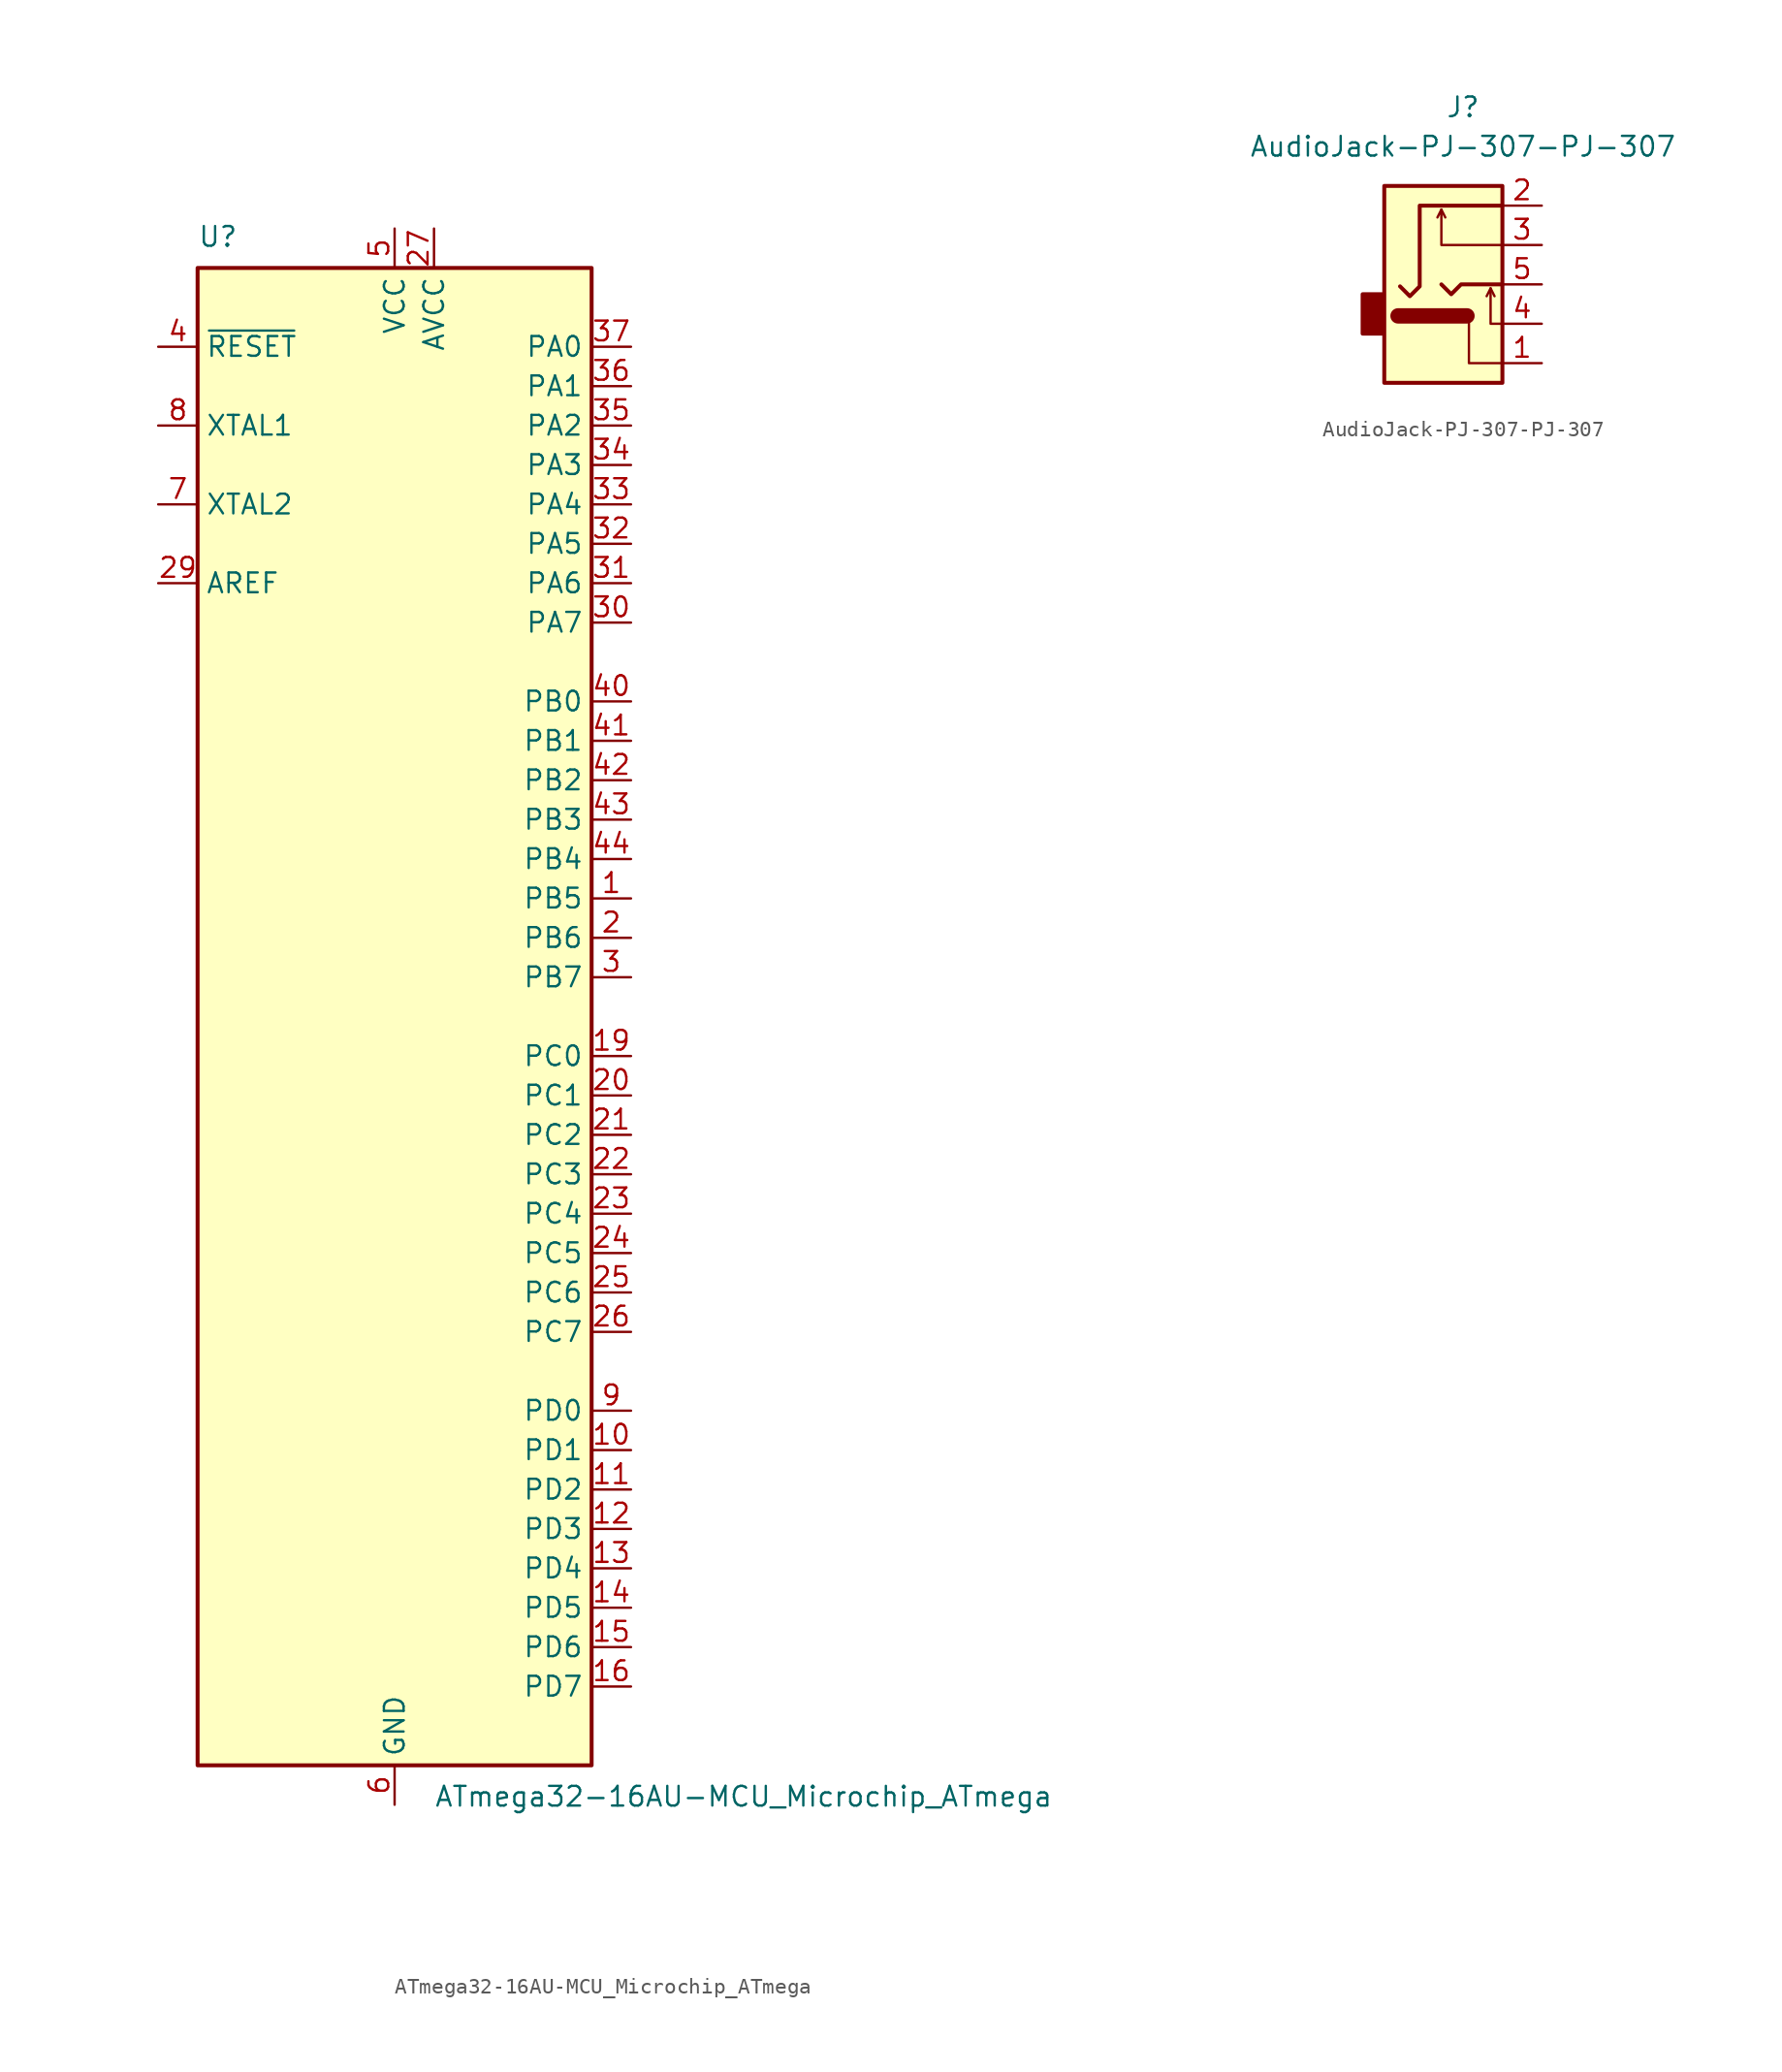
<source format=kicad_sym>
(kicad_symbol_lib
  (version 20211014)
  (generator kicad_symbol_editor)
  (symbol "ATmega32-16AU-MCU_Microchip_ATmega"
    (property "Reference" "U"
      (at -12.7 49.53 0)
      (effects (font (size 1.27 1.27)) (justify left bottom)))
    (property "Value" "ATmega32-16AU-MCU_Microchip_ATmega"
      (at 2.54 -49.53 0)
      (effects (font (size 1.27 1.27)) (justify left top)))
    (symbol "ATmega32-16AU-MCU_Microchip_ATmega_0_1"
      (rectangle (start -12.7 -48.26) (end 12.7 48.26) (stroke (width 0.254) (type default) (color 0 0 0 0)) (fill (type background))))
    (symbol "ATmega32-16AU-MCU_Microchip_ATmega_1_1"
      (pin tri_state line (at 15.24 7.62 180) (length 2.54) (name "PB5" (effects (font (size 1.27 1.27)))) (number "1" (effects (font (size 1.27 1.27)))))
      (pin tri_state line (at 15.24 -27.94 180) (length 2.54) (name "PD1" (effects (font (size 1.27 1.27)))) (number "10" (effects (font (size 1.27 1.27)))))
      (pin tri_state line (at 15.24 -30.48 180) (length 2.54) (name "PD2" (effects (font (size 1.27 1.27)))) (number "11" (effects (font (size 1.27 1.27)))))
      (pin tri_state line (at 15.24 -33.02 180) (length 2.54) (name "PD3" (effects (font (size 1.27 1.27)))) (number "12" (effects (font (size 1.27 1.27)))))
      (pin tri_state line (at 15.24 -35.56 180) (length 2.54) (name "PD4" (effects (font (size 1.27 1.27)))) (number "13" (effects (font (size 1.27 1.27)))))
      (pin tri_state line (at 15.24 -38.1 180) (length 2.54) (name "PD5" (effects (font (size 1.27 1.27)))) (number "14" (effects (font (size 1.27 1.27)))))
      (pin tri_state line (at 15.24 -40.64 180) (length 2.54) (name "PD6" (effects (font (size 1.27 1.27)))) (number "15" (effects (font (size 1.27 1.27)))))
      (pin tri_state line (at 15.24 -43.18 180) (length 2.54) (name "PD7" (effects (font (size 1.27 1.27)))) (number "16" (effects (font (size 1.27 1.27)))))
      (pin passive line (at 0 50.8 270) (length 2.54) hide (name "VCC" (effects (font (size 1.27 1.27)))) (number "17" (effects (font (size 1.27 1.27)))))
      (pin passive line (at 0 -50.8 90) (length 2.54) hide (name "GND" (effects (font (size 1.27 1.27)))) (number "18" (effects (font (size 1.27 1.27)))))
      (pin tri_state line (at 15.24 -2.54 180) (length 2.54) (name "PC0" (effects (font (size 1.27 1.27)))) (number "19" (effects (font (size 1.27 1.27)))))
      (pin tri_state line (at 15.24 5.08 180) (length 2.54) (name "PB6" (effects (font (size 1.27 1.27)))) (number "2" (effects (font (size 1.27 1.27)))))
      (pin tri_state line (at 15.24 -5.08 180) (length 2.54) (name "PC1" (effects (font (size 1.27 1.27)))) (number "20" (effects (font (size 1.27 1.27)))))
      (pin tri_state line (at 15.24 -7.62 180) (length 2.54) (name "PC2" (effects (font (size 1.27 1.27)))) (number "21" (effects (font (size 1.27 1.27)))))
      (pin tri_state line (at 15.24 -10.16 180) (length 2.54) (name "PC3" (effects (font (size 1.27 1.27)))) (number "22" (effects (font (size 1.27 1.27)))))
      (pin tri_state line (at 15.24 -12.7 180) (length 2.54) (name "PC4" (effects (font (size 1.27 1.27)))) (number "23" (effects (font (size 1.27 1.27)))))
      (pin tri_state line (at 15.24 -15.24 180) (length 2.54) (name "PC5" (effects (font (size 1.27 1.27)))) (number "24" (effects (font (size 1.27 1.27)))))
      (pin tri_state line (at 15.24 -17.78 180) (length 2.54) (name "PC6" (effects (font (size 1.27 1.27)))) (number "25" (effects (font (size 1.27 1.27)))))
      (pin tri_state line (at 15.24 -20.32 180) (length 2.54) (name "PC7" (effects (font (size 1.27 1.27)))) (number "26" (effects (font (size 1.27 1.27)))))
      (pin power_in line (at 2.54 50.8 270) (length 2.54) (name "AVCC" (effects (font (size 1.27 1.27)))) (number "27" (effects (font (size 1.27 1.27)))))
      (pin passive line (at 0 -50.8 90) (length 2.54) hide (name "GND" (effects (font (size 1.27 1.27)))) (number "28" (effects (font (size 1.27 1.27)))))
      (pin passive line (at -15.24 27.94 0) (length 2.54) (name "AREF" (effects (font (size 1.27 1.27)))) (number "29" (effects (font (size 1.27 1.27)))))
      (pin tri_state line (at 15.24 2.54 180) (length 2.54) (name "PB7" (effects (font (size 1.27 1.27)))) (number "3" (effects (font (size 1.27 1.27)))))
      (pin tri_state line (at 15.24 25.4 180) (length 2.54) (name "PA7" (effects (font (size 1.27 1.27)))) (number "30" (effects (font (size 1.27 1.27)))))
      (pin tri_state line (at 15.24 27.94 180) (length 2.54) (name "PA6" (effects (font (size 1.27 1.27)))) (number "31" (effects (font (size 1.27 1.27)))))
      (pin tri_state line (at 15.24 30.48 180) (length 2.54) (name "PA5" (effects (font (size 1.27 1.27)))) (number "32" (effects (font (size 1.27 1.27)))))
      (pin tri_state line (at 15.24 33.02 180) (length 2.54) (name "PA4" (effects (font (size 1.27 1.27)))) (number "33" (effects (font (size 1.27 1.27)))))
      (pin tri_state line (at 15.24 35.56 180) (length 2.54) (name "PA3" (effects (font (size 1.27 1.27)))) (number "34" (effects (font (size 1.27 1.27)))))
      (pin tri_state line (at 15.24 38.1 180) (length 2.54) (name "PA2" (effects (font (size 1.27 1.27)))) (number "35" (effects (font (size 1.27 1.27)))))
      (pin tri_state line (at 15.24 40.64 180) (length 2.54) (name "PA1" (effects (font (size 1.27 1.27)))) (number "36" (effects (font (size 1.27 1.27)))))
      (pin tri_state line (at 15.24 43.18 180) (length 2.54) (name "PA0" (effects (font (size 1.27 1.27)))) (number "37" (effects (font (size 1.27 1.27)))))
      (pin passive line (at 0 50.8 270) (length 2.54) hide (name "VCC" (effects (font (size 1.27 1.27)))) (number "38" (effects (font (size 1.27 1.27)))))
      (pin passive line (at 0 -50.8 90) (length 2.54) hide (name "GND" (effects (font (size 1.27 1.27)))) (number "39" (effects (font (size 1.27 1.27)))))
      (pin input line (at -15.24 43.18 0) (length 2.54) (name "~{RESET}" (effects (font (size 1.27 1.27)))) (number "4" (effects (font (size 1.27 1.27)))))
      (pin tri_state line (at 15.24 20.32 180) (length 2.54) (name "PB0" (effects (font (size 1.27 1.27)))) (number "40" (effects (font (size 1.27 1.27)))))
      (pin tri_state line (at 15.24 17.78 180) (length 2.54) (name "PB1" (effects (font (size 1.27 1.27)))) (number "41" (effects (font (size 1.27 1.27)))))
      (pin tri_state line (at 15.24 15.24 180) (length 2.54) (name "PB2" (effects (font (size 1.27 1.27)))) (number "42" (effects (font (size 1.27 1.27)))))
      (pin tri_state line (at 15.24 12.7 180) (length 2.54) (name "PB3" (effects (font (size 1.27 1.27)))) (number "43" (effects (font (size 1.27 1.27)))))
      (pin tri_state line (at 15.24 10.16 180) (length 2.54) (name "PB4" (effects (font (size 1.27 1.27)))) (number "44" (effects (font (size 1.27 1.27)))))
      (pin power_in line (at 0 50.8 270) (length 2.54) (name "VCC" (effects (font (size 1.27 1.27)))) (number "5" (effects (font (size 1.27 1.27)))))
      (pin power_in line (at 0 -50.8 90) (length 2.54) (name "GND" (effects (font (size 1.27 1.27)))) (number "6" (effects (font (size 1.27 1.27)))))
      (pin output line (at -15.24 33.02 0) (length 2.54) (name "XTAL2" (effects (font (size 1.27 1.27)))) (number "7" (effects (font (size 1.27 1.27)))))
      (pin input line (at -15.24 38.1 0) (length 2.54) (name "XTAL1" (effects (font (size 1.27 1.27)))) (number "8" (effects (font (size 1.27 1.27)))))
      (pin tri_state line (at 15.24 -25.4 180) (length 2.54) (name "PD0" (effects (font (size 1.27 1.27)))) (number "9" (effects (font (size 1.27 1.27)))))))
  (symbol "AudioJack-PJ-307-PJ-307"
    (property "Reference" "J"
      (at 5.08 5.08 0)
      (effects (font (size 1.27 1.27))))
    (property "Value" "AudioJack-PJ-307-PJ-307"
      (at 5.08 2.54 0)
      (effects (font (size 1.27 1.27))))
    (symbol "AudioJack-PJ-307-PJ-307_0_1"
      (rectangle (start -0.127 -6.985) (end -1.397 -9.525) (stroke (width 0.254) (type default) (color 0 0 0 0)) (fill (type outline)))
      (polyline (pts (xy 0.889 -8.382) (xy 5.334 -8.382)) (stroke (width 0.991) (type default) (color 0 0 0 0)) (fill (type none)))
      (polyline (pts (xy 3.683 -1.524) (xy 3.937 -2.032)) (stroke (width 0) (type default) (color 0 0 0 0)) (fill (type none)))
      (polyline (pts (xy 6.858 -6.604) (xy 7.112 -7.112)) (stroke (width 0) (type default) (color 0 0 0 0)) (fill (type none)))
      (polyline (pts (xy 5.461 -8.382) (xy 5.461 -11.43) (xy 7.62 -11.43)) (stroke (width 0) (type default) (color 0 0 0 0)) (fill (type none)))
      (polyline (pts (xy 3.683 -6.35) (xy 4.318 -6.985) (xy 4.953 -6.35) (xy 7.62 -6.35)) (stroke (width 0.254) (type default) (color 0 0 0 0)) (fill (type none)))
      (polyline (pts (xy 7.62 -8.89) (xy 6.858 -8.89) (xy 6.858 -6.604) (xy 6.604 -7.112)) (stroke (width 0) (type default) (color 0 0 0 0)) (fill (type none)))
      (polyline (pts (xy 7.62 -3.81) (xy 3.683 -3.81) (xy 3.683 -1.524) (xy 3.429 -2.032)) (stroke (width 0) (type default) (color 0 0 0 0)) (fill (type none)))
      (polyline (pts (xy 1.016 -6.477) (xy 1.651 -7.112) (xy 2.286 -6.477) (xy 2.286 -1.27) (xy 7.62 -1.27)) (stroke (width 0.254) (type default) (color 0 0 0 0)) (fill (type none)))
      (rectangle (start 7.62 0) (end 0 -12.7) (stroke (width 0.254) (type default) (color 0 0 0 0)) (fill (type background))))
    (symbol "AudioJack-PJ-307-PJ-307_1_1"
      (pin passive line (at 10.16 -11.43 180) (length 2.54) (name "~" (effects (font (size 1.27 1.27)))) (number "1" (effects (font (size 1.27 1.27)))))
      (pin passive line (at 10.16 -1.27 180) (length 2.54) (name "~" (effects (font (size 1.27 1.27)))) (number "2" (effects (font (size 1.27 1.27)))))
      (pin passive line (at 10.16 -3.81 180) (length 2.54) (name "~" (effects (font (size 1.27 1.27)))) (number "3" (effects (font (size 1.27 1.27)))))
      (pin passive line (at 10.16 -8.89 180) (length 2.54) (name "~" (effects (font (size 1.27 1.27)))) (number "4" (effects (font (size 1.27 1.27)))))
      (pin passive line (at 10.16 -6.35 180) (length 2.54) (name "~" (effects (font (size 1.27 1.27)))) (number "5" (effects (font (size 1.27 1.27))))))))
</source>
